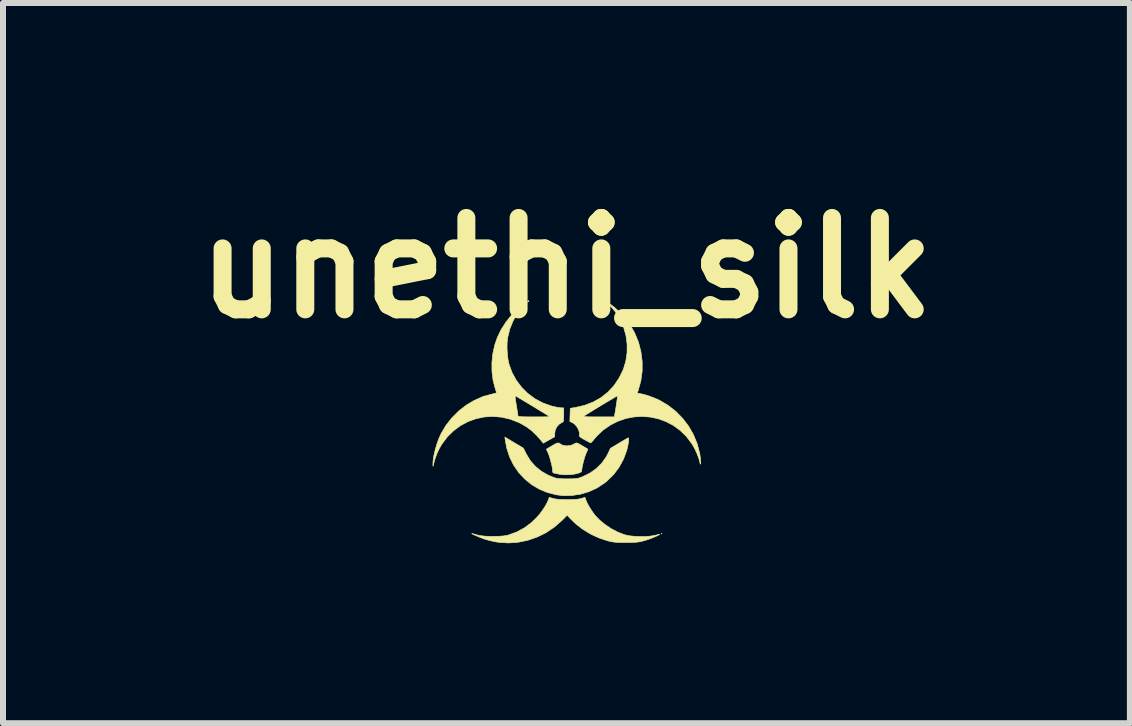
<source format=kicad_pcb>
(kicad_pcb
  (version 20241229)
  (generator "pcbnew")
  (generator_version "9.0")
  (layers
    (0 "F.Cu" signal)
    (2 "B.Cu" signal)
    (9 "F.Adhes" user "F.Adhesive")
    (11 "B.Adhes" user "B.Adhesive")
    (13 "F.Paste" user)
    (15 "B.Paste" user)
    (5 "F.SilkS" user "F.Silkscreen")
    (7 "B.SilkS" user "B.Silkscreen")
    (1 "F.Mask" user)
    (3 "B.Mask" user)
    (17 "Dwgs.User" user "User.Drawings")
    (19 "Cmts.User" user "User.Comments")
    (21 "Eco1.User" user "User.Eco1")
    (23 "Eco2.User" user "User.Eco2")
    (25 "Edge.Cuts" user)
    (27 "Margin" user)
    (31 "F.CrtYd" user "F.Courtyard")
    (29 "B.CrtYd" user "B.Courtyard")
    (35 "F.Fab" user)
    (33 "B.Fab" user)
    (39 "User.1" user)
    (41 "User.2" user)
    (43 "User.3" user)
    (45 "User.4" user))
  (footprint "unethi_silk"
    (layer "F.Cu")
    (at 6.394 3.958)
    (property "Reference" "unethi_silk" (at 0 -2.54 0) (layer "F.SilkS") (effects (font (size 1.524 1.524) (thickness 0.3))))
    (attr through_hole)
    (fp_poly (pts (xy 1.593 1.888) (xy 1.587 1.893) (xy 1.582 1.888) (xy 1.587 1.882) (xy 1.593 1.888)) (stroke (width 0.01) (type solid)) (fill yes) (layer "F.SilkS"))
    (fp_poly (pts (xy -0.627 -1.99) (xy -0.629 -1.986) (xy -0.64 -1.975) (xy -0.642 -1.974) (xy -0.643 -1.982) (xy -0.641 -1.986) (xy -0.63 -1.997) (xy -0.628 -1.997) (xy -0.627 -1.99)) (stroke (width 0.01) (type solid)) (fill yes) (layer "F.SilkS"))
    (fp_poly (pts (xy -0.127 0.38) (xy -0.064 0.414) (xy 0.005 0.426) (xy 0.074 0.417) (xy 0.139 0.388) (xy 0.15 0.38) (xy 0.163 0.376) (xy 0.184 0.381) (xy 0.216 0.396) (xy 0.26 0.422) (xy 0.301 0.446) (xy 0.333 0.465) (xy 0.352 0.477) (xy 0.356 0.479) (xy 0.353 0.491) (xy 0.343 0.515) (xy 0.335 0.532) (xy 0.32 0.567) (xy 0.303 0.616) (xy 0.287 0.673) (xy 0.272 0.73) (xy 0.261 0.782) (xy 0.255 0.821) (xy 0.254 0.831) (xy 0.251 0.85) (xy 0.24 0.863) (xy 0.214 0.875) (xy 0.193 0.882) (xy 0.128 0.897) (xy 0.05 0.906) (xy -0.031 0.907) (xy -0.105 0.901) (xy -0.133 0.895) (xy -0.172 0.886) (xy -0.203 0.88) (xy -0.216 0.878) (xy -0.227 0.867) (xy -0.231 0.84) (xy -0.231 0.839) (xy -0.235 0.802) (xy -0.244 0.751) (xy -0.259 0.692) (xy -0.275 0.632) (xy -0.292 0.578) (xy -0.309 0.537) (xy -0.311 0.532) (xy -0.325 0.502) (xy -0.333 0.483) (xy -0.333 0.479) (xy -0.322 0.472) (xy -0.296 0.457) (xy -0.259 0.435) (xy -0.237 0.422) (xy -0.19 0.395) (xy -0.159 0.381) (xy -0.139 0.376) (xy -0.127 0.38)) (stroke (width 0.01) (type solid)) (fill yes) (layer "F.SilkS"))
    (fp_poly (pts (xy -0.873 0.371) (xy -0.719 0.463) (xy -0.669 0.563) (xy -0.604 0.67) (xy -0.52 0.766) (xy -0.42 0.848) (xy -0.305 0.914) (xy -0.208 0.954) (xy -0.175 0.963) (xy -0.138 0.97) (xy -0.092 0.973) (xy -0.031 0.975) (xy 0.017 0.975) (xy 0.083 0.975) (xy 0.131 0.973) (xy 0.168 0.97) (xy 0.199 0.964) (xy 0.23 0.954) (xy 0.268 0.939) (xy 0.273 0.937) (xy 0.392 0.879) (xy 0.498 0.803) (xy 0.589 0.713) (xy 0.662 0.61) (xy 0.694 0.55) (xy 0.733 0.466) (xy 0.877 0.38) (xy 0.928 0.349) (xy 0.973 0.323) (xy 1.008 0.303) (xy 1.028 0.292) (xy 1.031 0.29) (xy 1.037 0.297) (xy 1.037 0.322) (xy 1.034 0.361) (xy 1.026 0.407) (xy 1.016 0.458) (xy 1.004 0.503) (xy 0.951 0.646) (xy 0.878 0.78) (xy 0.787 0.902) (xy 0.678 1.009) (xy 0.635 1.044) (xy 0.511 1.126) (xy 0.376 1.188) (xy 0.233 1.231) (xy 0.087 1.253) (xy -0.061 1.255) (xy -0.169 1.241) (xy -0.318 1.203) (xy -0.457 1.145) (xy -0.584 1.069) (xy -0.698 0.975) (xy -0.798 0.867) (xy -0.882 0.745) (xy -0.948 0.611) (xy -0.995 0.466) (xy -1.02 0.333) (xy -1.027 0.279) (xy -0.873 0.371)) (stroke (width 0.01) (type solid)) (fill yes) (layer "F.SilkS"))
    (fp_poly (pts (xy 0.323 1.326) (xy 0.343 1.374) (xy 0.375 1.433) (xy 0.414 1.495) (xy 0.455 1.555) (xy 0.48 1.587) (xy 0.555 1.665) (xy 0.646 1.739) (xy 0.748 1.807) (xy 0.855 1.863) (xy 0.961 1.904) (xy 0.987 1.912) (xy 1.053 1.925) (xy 1.134 1.933) (xy 1.223 1.937) (xy 1.311 1.937) (xy 1.391 1.931) (xy 1.441 1.923) (xy 1.487 1.914) (xy 1.527 1.905) (xy 1.552 1.9) (xy 1.556 1.899) (xy 1.556 1.901) (xy 1.538 1.911) (xy 1.507 1.927) (xy 1.49 1.935) (xy 1.438 1.957) (xy 1.375 1.981) (xy 1.312 2.001) (xy 1.294 2.006) (xy 1.25 2.018) (xy 1.21 2.026) (xy 1.17 2.031) (xy 1.124 2.034) (xy 1.066 2.036) (xy 0.991 2.036) (xy 0.987 2.036) (xy 0.912 2.036) (xy 0.853 2.034) (xy 0.807 2.031) (xy 0.767 2.026) (xy 0.727 2.018) (xy 0.683 2.007) (xy 0.676 2.005) (xy 0.538 1.959) (xy 0.403 1.896) (xy 0.275 1.818) (xy 0.16 1.73) (xy 0.077 1.651) (xy 0.012 1.581) (xy -0.073 1.666) (xy -0.201 1.778) (xy -0.34 1.872) (xy -0.488 1.945) (xy -0.643 1.999) (xy -0.804 2.032) (xy -0.967 2.044) (xy -1.131 2.033) (xy -1.183 2.025) (xy -1.24 2.013) (xy -1.301 1.998) (xy -1.351 1.984) (xy -1.392 1.97) (xy -1.438 1.952) (xy -1.484 1.933) (xy -1.526 1.915) (xy -1.558 1.9) (xy -1.576 1.89) (xy -1.579 1.886) (xy -1.567 1.888) (xy -1.539 1.896) (xy -1.501 1.907) (xy -1.5 1.908) (xy -1.447 1.92) (xy -1.378 1.929) (xy -1.297 1.934) (xy -1.212 1.935) (xy -1.129 1.933) (xy -1.052 1.927) (xy -0.989 1.917) (xy -0.97 1.912) (xy -0.829 1.861) (xy -0.702 1.793) (xy -0.586 1.706) (xy -0.5 1.624) (xy -0.451 1.568) (xy -0.403 1.504) (xy -0.359 1.438) (xy -0.324 1.376) (xy -0.301 1.324) (xy -0.3 1.321) (xy -0.288 1.284) (xy -0.222 1.303) (xy -0.175 1.312) (xy -0.113 1.318) (xy -0.04 1.321) (xy 0.037 1.322) (xy 0.112 1.32) (xy 0.179 1.315) (xy 0.231 1.307) (xy 0.249 1.302) (xy 0.308 1.284) (xy 0.323 1.326)) (stroke (width 0.01) (type solid)) (fill yes) (layer "F.SilkS"))
    (fp_poly (pts (xy 0.727 -1.939) (xy 0.802 -1.882) (xy 0.88 -1.81) (xy 0.955 -1.73) (xy 1.022 -1.648) (xy 1.055 -1.602) (xy 1.137 -1.457) (xy 1.2 -1.305) (xy 1.241 -1.146) (xy 1.262 -0.983) (xy 1.262 -0.82) (xy 1.24 -0.658) (xy 1.196 -0.5) (xy 1.196 -0.5) (xy 1.179 -0.453) (xy 1.23 -0.445) (xy 1.291 -0.432) (xy 1.365 -0.41) (xy 1.444 -0.381) (xy 1.52 -0.349) (xy 1.552 -0.334) (xy 1.694 -0.25) (xy 1.823 -0.149) (xy 1.937 -0.033) (xy 2.036 0.097) (xy 2.117 0.239) (xy 2.179 0.39) (xy 2.22 0.547) (xy 2.228 0.596) (xy 2.234 0.642) (xy 2.237 0.681) (xy 2.238 0.711) (xy 2.237 0.728) (xy 2.233 0.73) (xy 2.227 0.713) (xy 2.224 0.699) (xy 2.205 0.631) (xy 2.176 0.554) (xy 2.139 0.474) (xy 2.098 0.401) (xy 2.088 0.386) (xy 1.998 0.268) (xy 1.896 0.168) (xy 1.782 0.085) (xy 1.66 0.021) (xy 1.531 -0.026) (xy 1.397 -0.055) (xy 1.261 -0.065) (xy 1.125 -0.057) (xy 0.99 -0.031) (xy 0.859 0.014) (xy 0.734 0.077) (xy 0.616 0.158) (xy 0.509 0.259) (xy 0.466 0.308) (xy 0.439 0.341) (xy 0.417 0.364) (xy 0.405 0.375) (xy 0.404 0.375) (xy 0.391 0.37) (xy 0.363 0.356) (xy 0.324 0.335) (xy 0.302 0.323) (xy 0.258 0.298) (xy 0.231 0.279) (xy 0.217 0.265) (xy 0.214 0.252) (xy 0.215 0.247) (xy 0.216 0.202) (xy 0.2 0.153) (xy 0.172 0.104) (xy 0.135 0.062) (xy 0.093 0.035) (xy 0.092 0.034) (xy 0.057 0.02) (xy 0.059 -0.064) (xy 0.28 -0.064) (xy 0.289 -0.062) (xy 0.318 -0.061) (xy 0.364 -0.059) (xy 0.423 -0.058) (xy 0.493 -0.058) (xy 0.535 -0.058) (xy 0.796 -0.058) (xy 0.802 -0.084) (xy 0.807 -0.109) (xy 0.814 -0.149) (xy 0.822 -0.197) (xy 0.83 -0.251) (xy 0.838 -0.303) (xy 0.845 -0.35) (xy 0.85 -0.386) (xy 0.852 -0.407) (xy 0.852 -0.41) (xy 0.842 -0.405) (xy 0.815 -0.39) (xy 0.775 -0.366) (xy 0.724 -0.336) (xy 0.665 -0.301) (xy 0.601 -0.263) (xy 0.536 -0.223) (xy 0.473 -0.185) (xy 0.413 -0.148) (xy 0.361 -0.116) (xy 0.32 -0.09) (xy 0.292 -0.072) (xy 0.28 -0.064) (xy 0.059 -0.064) (xy 0.06 -0.091) (xy 0.064 -0.201) (xy 0.15 -0.215) (xy 0.304 -0.251) (xy 0.446 -0.306) (xy 0.576 -0.379) (xy 0.691 -0.471) (xy 0.792 -0.58) (xy 0.877 -0.705) (xy 0.946 -0.846) (xy 0.948 -0.851) (xy 0.989 -0.985) (xy 1.01 -1.126) (xy 1.011 -1.27) (xy 0.992 -1.413) (xy 0.953 -1.552) (xy 0.918 -1.637) (xy 0.877 -1.716) (xy 0.833 -1.785) (xy 0.78 -1.853) (xy 0.728 -1.91) (xy 0.652 -1.99) (xy 0.727 -1.939)) (stroke (width 0.01) (type solid)) (fill yes) (layer "F.SilkS"))
    (fp_poly (pts (xy -0.714 -1.911) (xy -0.812 -1.789) (xy -0.889 -1.661) (xy -0.944 -1.526) (xy -0.98 -1.382) (xy -0.982 -1.368) (xy -0.99 -1.288) (xy -0.991 -1.195) (xy -0.985 -1.099) (xy -0.974 -1.009) (xy -0.958 -0.936) (xy -0.907 -0.796) (xy -0.836 -0.668) (xy -0.748 -0.551) (xy -0.644 -0.448) (xy -0.527 -0.361) (xy -0.398 -0.292) (xy -0.259 -0.242) (xy -0.194 -0.226) (xy -0.147 -0.217) (xy -0.106 -0.211) (xy -0.078 -0.208) (xy -0.076 -0.208) (xy -0.046 -0.208) (xy -0.046 -0.092) (xy -0.047 -0.038) (xy -0.049 -0.003) (xy -0.053 0.017) (xy -0.06 0.028) (xy -0.066 0.031) (xy -0.12 0.062) (xy -0.162 0.109) (xy -0.189 0.168) (xy -0.196 0.223) (xy -0.196 0.273) (xy -0.292 0.327) (xy -0.387 0.381) (xy -0.421 0.338) (xy -0.501 0.247) (xy -0.579 0.173) (xy -0.662 0.111) (xy -0.755 0.056) (xy -0.797 0.035) (xy -0.939 -0.02) (xy -1.082 -0.053) (xy -1.226 -0.065) (xy -1.368 -0.057) (xy -1.507 -0.028) (xy -1.64 0.02) (xy -1.766 0.087) (xy -1.881 0.172) (xy -1.985 0.274) (xy -2.075 0.393) (xy -2.117 0.463) (xy -2.154 0.54) (xy -2.187 0.627) (xy -2.211 0.71) (xy -2.217 0.733) (xy -2.222 0.76) (xy -2.225 0.765) (xy -2.227 0.751) (xy -2.227 0.745) (xy -2.224 0.675) (xy -2.211 0.59) (xy -2.19 0.498) (xy -2.163 0.403) (xy -2.131 0.312) (xy -2.095 0.231) (xy -2.093 0.226) (xy -2.011 0.087) (xy -1.912 -0.04) (xy -1.798 -0.154) (xy -1.672 -0.253) (xy -1.535 -0.334) (xy -1.398 -0.394) (xy -0.855 -0.394) (xy -0.854 -0.371) (xy -0.849 -0.334) (xy -0.84 -0.278) (xy -0.835 -0.25) (xy -0.826 -0.191) (xy -0.818 -0.139) (xy -0.812 -0.099) (xy -0.809 -0.076) (xy -0.808 -0.072) (xy -0.803 -0.067) (xy -0.786 -0.064) (xy -0.754 -0.061) (xy -0.707 -0.059) (xy -0.641 -0.058) (xy -0.554 -0.058) (xy -0.541 -0.058) (xy -0.465 -0.058) (xy -0.398 -0.058) (xy -0.343 -0.059) (xy -0.303 -0.06) (xy -0.281 -0.061) (xy -0.278 -0.062) (xy -0.289 -0.069) (xy -0.317 -0.086) (xy -0.358 -0.112) (xy -0.41 -0.143) (xy -0.469 -0.179) (xy -0.532 -0.218) (xy -0.597 -0.257) (xy -0.66 -0.295) (xy -0.719 -0.33) (xy -0.769 -0.36) (xy -0.808 -0.384) (xy -0.833 -0.399) (xy -0.84 -0.402) (xy -0.848 -0.406) (xy -0.854 -0.404) (xy -0.855 -0.394) (xy -1.398 -0.394) (xy -1.392 -0.397) (xy -1.243 -0.438) (xy -1.238 -0.439) (xy -1.201 -0.448) (xy -1.175 -0.456) (xy -1.166 -0.462) (xy -1.17 -0.476) (xy -1.179 -0.505) (xy -1.19 -0.538) (xy -1.224 -0.67) (xy -1.242 -0.813) (xy -1.243 -0.962) (xy -1.228 -1.111) (xy -1.196 -1.256) (xy -1.152 -1.383) (xy -1.089 -1.513) (xy -1.009 -1.638) (xy -0.917 -1.754) (xy -0.816 -1.856) (xy -0.71 -1.94) (xy -0.71 -1.94) (xy -0.652 -1.979) (xy -0.714 -1.911)) (stroke (width 0.01) (type solid)) (fill yes) (layer "F.SilkS")))
  (gr_rect
    (start -3 -3)
    (end 15.787 9.007)
    (stroke (width 0.1) (type default))
    (fill no)
    (layer "Edge.Cuts")))
</source>
